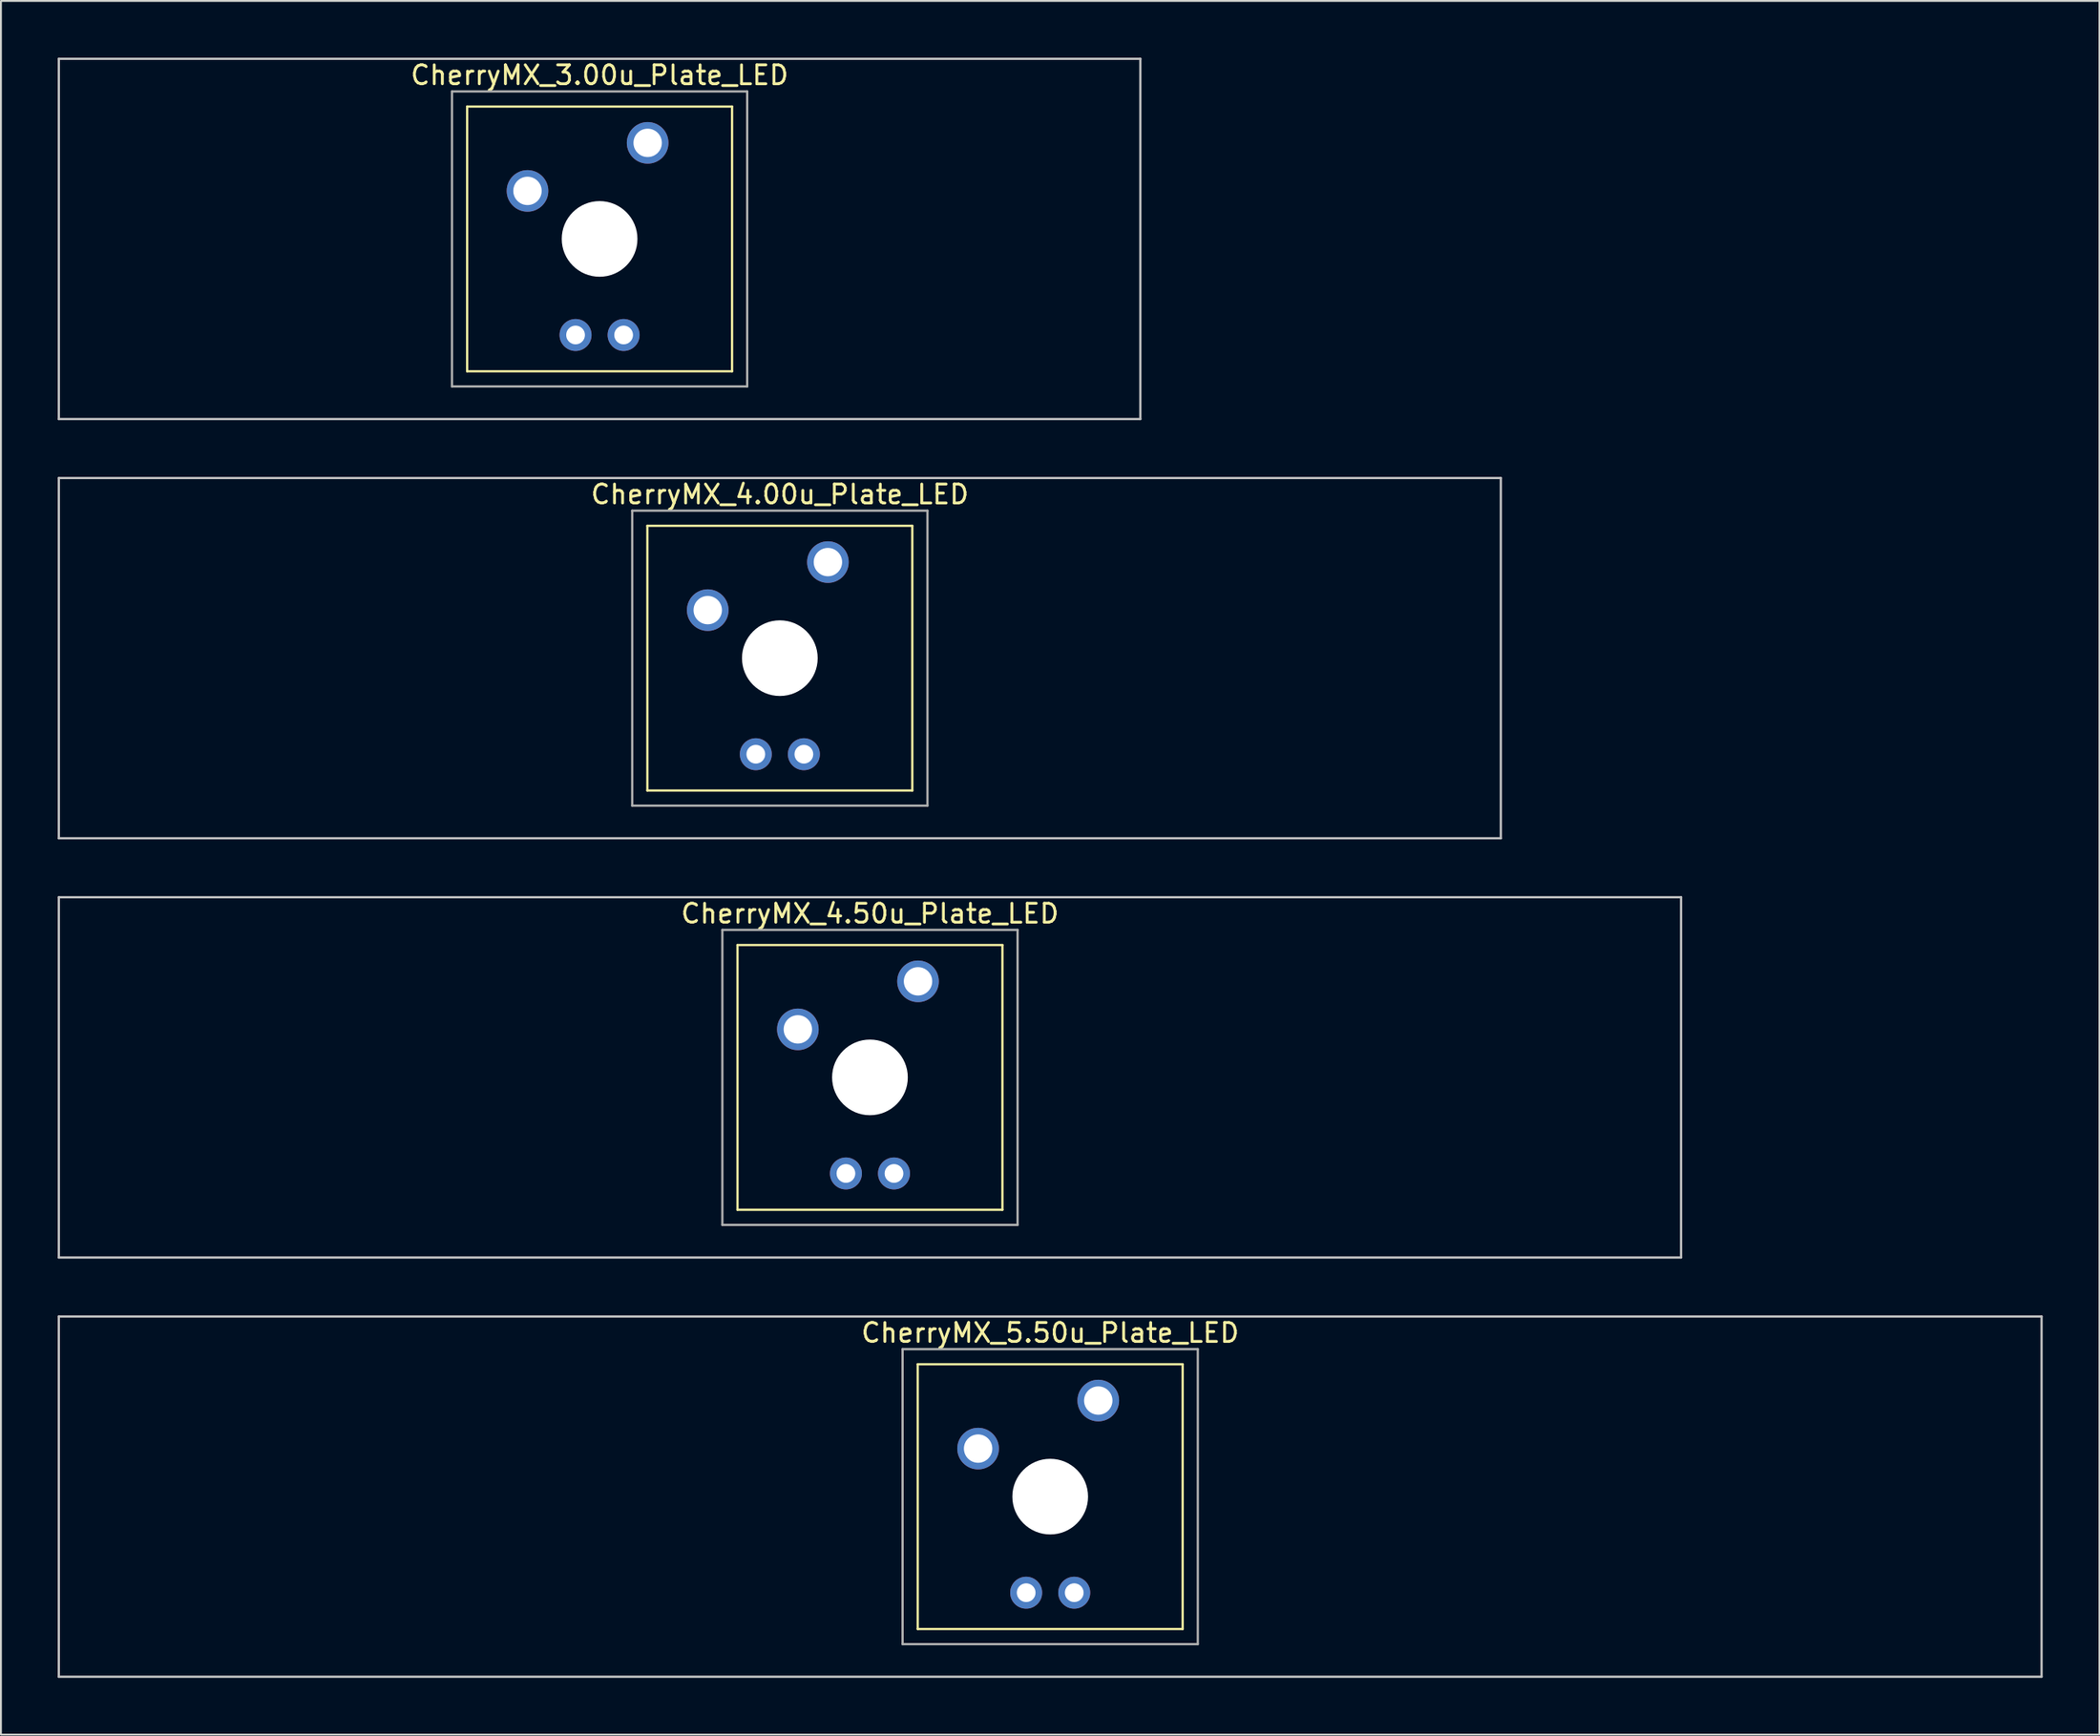
<source format=kicad_pcb>
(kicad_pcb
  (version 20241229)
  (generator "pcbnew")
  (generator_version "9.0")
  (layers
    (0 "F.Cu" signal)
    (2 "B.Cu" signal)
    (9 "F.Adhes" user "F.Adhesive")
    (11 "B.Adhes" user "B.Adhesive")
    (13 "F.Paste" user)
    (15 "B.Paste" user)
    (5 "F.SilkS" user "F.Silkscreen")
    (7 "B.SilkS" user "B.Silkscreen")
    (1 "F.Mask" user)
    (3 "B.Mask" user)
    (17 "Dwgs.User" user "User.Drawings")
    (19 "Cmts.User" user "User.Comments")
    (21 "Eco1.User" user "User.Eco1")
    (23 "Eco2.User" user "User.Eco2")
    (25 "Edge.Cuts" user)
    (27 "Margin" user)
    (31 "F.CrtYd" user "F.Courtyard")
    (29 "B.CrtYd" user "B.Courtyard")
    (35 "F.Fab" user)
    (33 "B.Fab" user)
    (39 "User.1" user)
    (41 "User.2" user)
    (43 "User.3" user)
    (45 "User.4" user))
  (footprint "CherryMX_3.00u_Plate_LED"
    (layer "F.Cu")
    (at 28.635 9.585)
    (property "Reference" "CherryMX_3.00u_Plate_LED" (at 0 -8.662 0) (layer "F.SilkS") (effects (font (size 1 1) (thickness 0.15))))
    (attr through_hole)
    (fp_line (start -7 -7) (end -7 7) (stroke (width 0.12) (type solid)) (layer "F.SilkS"))
    (fp_line (start -7 -7) (end 7 -7) (stroke (width 0.12) (type solid)) (layer "F.SilkS"))
    (fp_line (start 7 -7) (end 7 7) (stroke (width 0.12) (type solid)) (layer "F.SilkS"))
    (fp_line (start 7 7) (end -7 7) (stroke (width 0.12) (type solid)) (layer "F.SilkS"))
    (fp_line (start -28.575 -9.525) (end 28.575 -9.525) (stroke (width 0.12) (type solid)) (layer "Dwgs.User"))
    (fp_line (start -28.575 9.525) (end -28.575 -9.525) (stroke (width 0.12) (type solid)) (layer "Dwgs.User"))
    (fp_line (start 28.575 -9.525) (end 28.575 9.525) (stroke (width 0.12) (type solid)) (layer "Dwgs.User"))
    (fp_line (start 28.575 9.525) (end -28.575 9.525) (stroke (width 0.12) (type solid)) (layer "Dwgs.User"))
    (fp_line (start -7.8 -7.8) (end -7.8 7.8) (stroke (width 0.12) (type solid)) (layer "F.Fab"))
    (fp_line (start -7.8 -7.8) (end 7.8 -7.8) (stroke (width 0.12) (type solid)) (layer "F.Fab"))
    (fp_line (start -7.8 7.8) (end 7.8 7.8) (stroke (width 0.12) (type solid)) (layer "F.Fab"))
    (fp_line (start 7.8 -7.8) (end 7.8 7.8) (stroke (width 0.12) (type solid)) (layer "F.Fab"))
    (pad "" np_thru_hole circle (at 0 0) (size 4 4) (drill 4) (layers "*.Cu" "*.Mask"))
    (pad "1" thru_hole circle (at -3.81 -2.54) (size 2.2 2.2) (drill 1.5) (layers "*.Cu" "*.Mask"))
    (pad "2" thru_hole circle (at 2.54 -5.08) (size 2.2 2.2) (drill 1.5) (layers "*.Cu" "*.Mask"))
    (pad "3" thru_hole circle (at -1.27 5.08) (size 1.691 1.691) (drill 0.991) (layers "*.Cu" "*.Mask"))
    (pad "4" thru_hole circle (at 1.27 5.08) (size 1.691 1.691) (drill 0.991) (layers "*.Cu" "*.Mask")))
  (footprint "CherryMX_4.50u_Plate_LED"
    (layer "F.Cu")
    (at 42.922 53.925)
    (property "Reference" "CherryMX_4.50u_Plate_LED" (at 0 -8.662 0) (layer "F.SilkS") (effects (font (size 1 1) (thickness 0.15))))
    (attr through_hole)
    (fp_line (start -7 -7) (end -7 7) (stroke (width 0.12) (type solid)) (layer "F.SilkS"))
    (fp_line (start -7 -7) (end 7 -7) (stroke (width 0.12) (type solid)) (layer "F.SilkS"))
    (fp_line (start 7 -7) (end 7 7) (stroke (width 0.12) (type solid)) (layer "F.SilkS"))
    (fp_line (start 7 7) (end -7 7) (stroke (width 0.12) (type solid)) (layer "F.SilkS"))
    (fp_line (start -42.862 -9.525) (end 42.862 -9.525) (stroke (width 0.12) (type solid)) (layer "Dwgs.User"))
    (fp_line (start -42.862 9.525) (end -42.862 -9.525) (stroke (width 0.12) (type solid)) (layer "Dwgs.User"))
    (fp_line (start 42.862 -9.525) (end 42.862 9.525) (stroke (width 0.12) (type solid)) (layer "Dwgs.User"))
    (fp_line (start 42.862 9.525) (end -42.862 9.525) (stroke (width 0.12) (type solid)) (layer "Dwgs.User"))
    (fp_line (start -7.8 -7.8) (end -7.8 7.8) (stroke (width 0.12) (type solid)) (layer "F.Fab"))
    (fp_line (start -7.8 -7.8) (end 7.8 -7.8) (stroke (width 0.12) (type solid)) (layer "F.Fab"))
    (fp_line (start -7.8 7.8) (end 7.8 7.8) (stroke (width 0.12) (type solid)) (layer "F.Fab"))
    (fp_line (start 7.8 -7.8) (end 7.8 7.8) (stroke (width 0.12) (type solid)) (layer "F.Fab"))
    (pad "" np_thru_hole circle (at 0 0) (size 4 4) (drill 4) (layers "*.Cu" "*.Mask"))
    (pad "1" thru_hole circle (at -3.81 -2.54) (size 2.2 2.2) (drill 1.5) (layers "*.Cu" "*.Mask"))
    (pad "2" thru_hole circle (at 2.54 -5.08) (size 2.2 2.2) (drill 1.5) (layers "*.Cu" "*.Mask"))
    (pad "3" thru_hole circle (at -1.27 5.08) (size 1.691 1.691) (drill 0.991) (layers "*.Cu" "*.Mask"))
    (pad "4" thru_hole circle (at 1.27 5.08) (size 1.691 1.691) (drill 0.991) (layers "*.Cu" "*.Mask")))
  (footprint "CherryMX_4.00u_Plate_LED"
    (layer "F.Cu")
    (at 38.16 31.755)
    (property "Reference" "CherryMX_4.00u_Plate_LED" (at 0 -8.662 0) (layer "F.SilkS") (effects (font (size 1 1) (thickness 0.15))))
    (attr through_hole)
    (fp_line (start -7 -7) (end -7 7) (stroke (width 0.12) (type solid)) (layer "F.SilkS"))
    (fp_line (start -7 -7) (end 7 -7) (stroke (width 0.12) (type solid)) (layer "F.SilkS"))
    (fp_line (start 7 -7) (end 7 7) (stroke (width 0.12) (type solid)) (layer "F.SilkS"))
    (fp_line (start 7 7) (end -7 7) (stroke (width 0.12) (type solid)) (layer "F.SilkS"))
    (fp_line (start -38.1 -9.525) (end 38.1 -9.525) (stroke (width 0.12) (type solid)) (layer "Dwgs.User"))
    (fp_line (start -38.1 9.525) (end -38.1 -9.525) (stroke (width 0.12) (type solid)) (layer "Dwgs.User"))
    (fp_line (start 38.1 -9.525) (end 38.1 9.525) (stroke (width 0.12) (type solid)) (layer "Dwgs.User"))
    (fp_line (start 38.1 9.525) (end -38.1 9.525) (stroke (width 0.12) (type solid)) (layer "Dwgs.User"))
    (fp_line (start -7.8 -7.8) (end -7.8 7.8) (stroke (width 0.12) (type solid)) (layer "F.Fab"))
    (fp_line (start -7.8 -7.8) (end 7.8 -7.8) (stroke (width 0.12) (type solid)) (layer "F.Fab"))
    (fp_line (start -7.8 7.8) (end 7.8 7.8) (stroke (width 0.12) (type solid)) (layer "F.Fab"))
    (fp_line (start 7.8 -7.8) (end 7.8 7.8) (stroke (width 0.12) (type solid)) (layer "F.Fab"))
    (pad "" np_thru_hole circle (at 0 0) (size 4 4) (drill 4) (layers "*.Cu" "*.Mask"))
    (pad "1" thru_hole circle (at -3.81 -2.54) (size 2.2 2.2) (drill 1.5) (layers "*.Cu" "*.Mask"))
    (pad "2" thru_hole circle (at 2.54 -5.08) (size 2.2 2.2) (drill 1.5) (layers "*.Cu" "*.Mask"))
    (pad "3" thru_hole circle (at -1.27 5.08) (size 1.691 1.691) (drill 0.991) (layers "*.Cu" "*.Mask"))
    (pad "4" thru_hole circle (at 1.27 5.08) (size 1.691 1.691) (drill 0.991) (layers "*.Cu" "*.Mask")))
  (footprint "CherryMX_5.50u_Plate_LED"
    (layer "F.Cu")
    (at 52.447 76.095)
    (property "Reference" "CherryMX_5.50u_Plate_LED" (at 0 -8.662 0) (layer "F.SilkS") (effects (font (size 1 1) (thickness 0.15))))
    (attr through_hole)
    (fp_line (start -7 -7) (end -7 7) (stroke (width 0.12) (type solid)) (layer "F.SilkS"))
    (fp_line (start -7 -7) (end 7 -7) (stroke (width 0.12) (type solid)) (layer "F.SilkS"))
    (fp_line (start 7 -7) (end 7 7) (stroke (width 0.12) (type solid)) (layer "F.SilkS"))
    (fp_line (start 7 7) (end -7 7) (stroke (width 0.12) (type solid)) (layer "F.SilkS"))
    (fp_line (start -52.388 -9.525) (end 52.388 -9.525) (stroke (width 0.12) (type solid)) (layer "Dwgs.User"))
    (fp_line (start -52.388 9.525) (end -52.388 -9.525) (stroke (width 0.12) (type solid)) (layer "Dwgs.User"))
    (fp_line (start 52.388 -9.525) (end 52.388 9.525) (stroke (width 0.12) (type solid)) (layer "Dwgs.User"))
    (fp_line (start 52.388 9.525) (end -52.388 9.525) (stroke (width 0.12) (type solid)) (layer "Dwgs.User"))
    (fp_line (start -7.8 -7.8) (end -7.8 7.8) (stroke (width 0.12) (type solid)) (layer "F.Fab"))
    (fp_line (start -7.8 -7.8) (end 7.8 -7.8) (stroke (width 0.12) (type solid)) (layer "F.Fab"))
    (fp_line (start -7.8 7.8) (end 7.8 7.8) (stroke (width 0.12) (type solid)) (layer "F.Fab"))
    (fp_line (start 7.8 -7.8) (end 7.8 7.8) (stroke (width 0.12) (type solid)) (layer "F.Fab"))
    (pad "" np_thru_hole circle (at 0 0) (size 4 4) (drill 4) (layers "*.Cu" "*.Mask"))
    (pad "1" thru_hole circle (at -3.81 -2.54) (size 2.2 2.2) (drill 1.5) (layers "*.Cu" "*.Mask"))
    (pad "2" thru_hole circle (at 2.54 -5.08) (size 2.2 2.2) (drill 1.5) (layers "*.Cu" "*.Mask"))
    (pad "3" thru_hole circle (at -1.27 5.08) (size 1.691 1.691) (drill 0.991) (layers "*.Cu" "*.Mask"))
    (pad "4" thru_hole circle (at 1.27 5.08) (size 1.691 1.691) (drill 0.991) (layers "*.Cu" "*.Mask")))
  (gr_rect
    (start -3 -3)
    (end 107.895 88.68)
    (stroke (width 0.1) (type default))
    (fill no)
    (layer "Edge.Cuts")))
</source>
